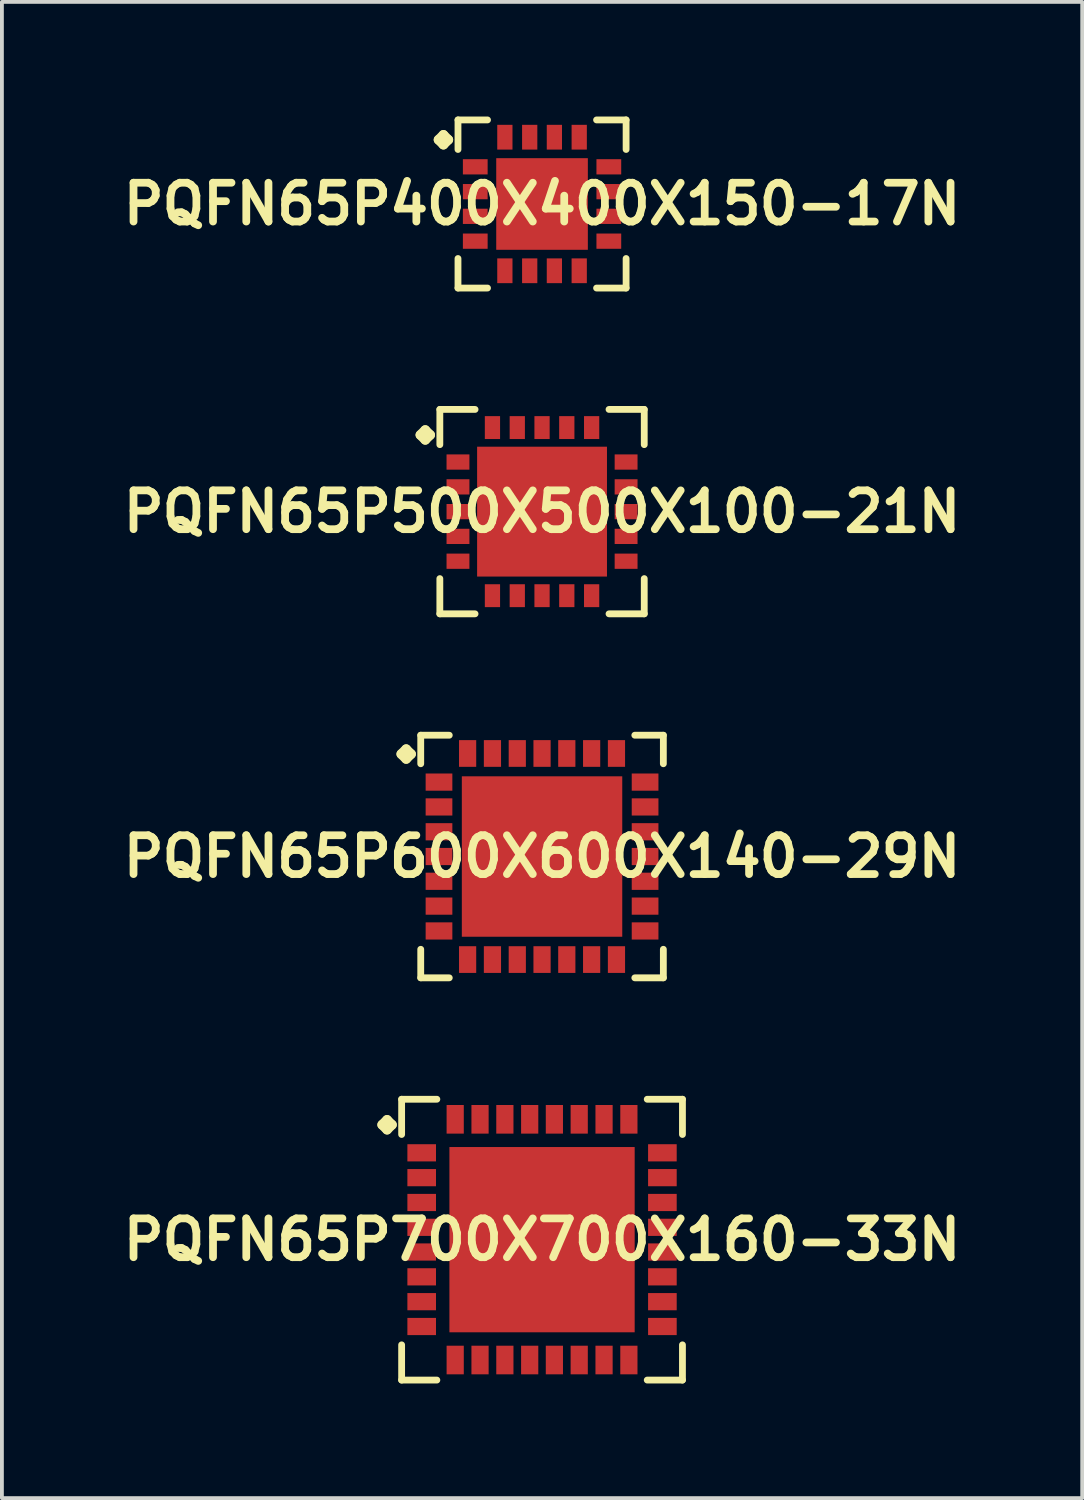
<source format=kicad_pcb>
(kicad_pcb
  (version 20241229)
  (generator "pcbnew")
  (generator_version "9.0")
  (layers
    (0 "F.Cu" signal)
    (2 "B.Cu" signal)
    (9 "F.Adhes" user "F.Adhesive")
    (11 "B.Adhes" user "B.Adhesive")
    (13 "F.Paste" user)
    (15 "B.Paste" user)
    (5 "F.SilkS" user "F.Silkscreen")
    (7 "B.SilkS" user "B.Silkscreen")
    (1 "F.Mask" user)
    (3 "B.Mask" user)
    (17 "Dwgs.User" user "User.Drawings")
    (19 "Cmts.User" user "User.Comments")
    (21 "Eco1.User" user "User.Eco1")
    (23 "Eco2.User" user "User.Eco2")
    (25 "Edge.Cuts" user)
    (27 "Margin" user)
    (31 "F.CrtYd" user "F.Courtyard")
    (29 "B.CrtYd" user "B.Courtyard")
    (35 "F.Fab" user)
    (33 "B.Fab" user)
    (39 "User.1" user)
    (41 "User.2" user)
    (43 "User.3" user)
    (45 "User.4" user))
  (footprint "PQFN65P700X700X160-33N"
    (layer "F.Cu")
    (at 11.137 29.396)
    (property "Reference" "PQFN65P700X700X160-33N" (at 0 0 0) (layer "F.SilkS") (effects (font (size 1.016 1.016) (thickness 0.203))))
    (attr smd)
    (fp_line (start -4.183 -3.007) (end -4.056 -3.134) (stroke (width 0.254) (type solid)) (layer "F.SilkS"))
    (fp_line (start -4.056 -3.134) (end -3.929 -3.007) (stroke (width 0.254) (type solid)) (layer "F.SilkS"))
    (fp_line (start -4.056 -2.88) (end -4.183 -3.007) (stroke (width 0.254) (type solid)) (layer "F.SilkS"))
    (fp_line (start -3.929 -3.007) (end -4.056 -2.88) (stroke (width 0.254) (type solid)) (layer "F.SilkS"))
    (fp_line (start -3.675 -3.675) (end -2.753 -3.675) (stroke (width 0.178) (type solid)) (layer "F.SilkS"))
    (fp_line (start -3.675 -2.753) (end -3.675 -3.675) (stroke (width 0.178) (type solid)) (layer "F.SilkS"))
    (fp_line (start -3.675 2.753) (end -3.675 3.675) (stroke (width 0.178) (type solid)) (layer "F.SilkS"))
    (fp_line (start -3.675 3.675) (end -2.753 3.675) (stroke (width 0.178) (type solid)) (layer "F.SilkS"))
    (fp_line (start 2.753 -3.675) (end 3.675 -3.675) (stroke (width 0.178) (type solid)) (layer "F.SilkS"))
    (fp_line (start 2.753 3.675) (end 3.675 3.675) (stroke (width 0.178) (type solid)) (layer "F.SilkS"))
    (fp_line (start 3.675 -3.675) (end 3.675 -2.753) (stroke (width 0.178) (type solid)) (layer "F.SilkS"))
    (fp_line (start 3.675 3.675) (end 3.675 2.753) (stroke (width 0.178) (type solid)) (layer "F.SilkS"))
    (pad "1" smd rect (at -3.15 -2.273) (size 0.749 0.45) (layers "F.Cu" "F.Mask" "F.Paste"))
    (pad "2" smd rect (at -3.15 -1.623) (size 0.749 0.45) (layers "F.Cu" "F.Mask" "F.Paste"))
    (pad "3" smd rect (at -3.15 -0.973) (size 0.749 0.45) (layers "F.Cu" "F.Mask" "F.Paste"))
    (pad "4" smd rect (at -3.15 -0.323) (size 0.749 0.45) (layers "F.Cu" "F.Mask" "F.Paste"))
    (pad "5" smd rect (at -3.15 0.323) (size 0.749 0.45) (layers "F.Cu" "F.Mask" "F.Paste"))
    (pad "6" smd rect (at -3.15 0.973) (size 0.749 0.45) (layers "F.Cu" "F.Mask" "F.Paste"))
    (pad "7" smd rect (at -3.15 1.623) (size 0.749 0.45) (layers "F.Cu" "F.Mask" "F.Paste"))
    (pad "8" smd rect (at -3.15 2.273) (size 0.749 0.45) (layers "F.Cu" "F.Mask" "F.Paste"))
    (pad "9" smd rect (at -2.273 3.15) (size 0.45 0.749) (layers "F.Cu" "F.Mask" "F.Paste"))
    (pad "10" smd rect (at -1.623 3.15) (size 0.45 0.749) (layers "F.Cu" "F.Mask" "F.Paste"))
    (pad "11" smd rect (at -0.973 3.15) (size 0.45 0.749) (layers "F.Cu" "F.Mask" "F.Paste"))
    (pad "12" smd rect (at -0.323 3.15) (size 0.45 0.749) (layers "F.Cu" "F.Mask" "F.Paste"))
    (pad "13" smd rect (at 0.323 3.15) (size 0.45 0.749) (layers "F.Cu" "F.Mask" "F.Paste"))
    (pad "14" smd rect (at 0.973 3.15) (size 0.45 0.749) (layers "F.Cu" "F.Mask" "F.Paste"))
    (pad "15" smd rect (at 1.623 3.15) (size 0.45 0.749) (layers "F.Cu" "F.Mask" "F.Paste"))
    (pad "16" smd rect (at 2.273 3.15) (size 0.45 0.749) (layers "F.Cu" "F.Mask" "F.Paste"))
    (pad "17" smd rect (at 3.15 2.273) (size 0.749 0.45) (layers "F.Cu" "F.Mask" "F.Paste"))
    (pad "18" smd rect (at 3.15 1.623) (size 0.749 0.45) (layers "F.Cu" "F.Mask" "F.Paste"))
    (pad "19" smd rect (at 3.15 0.973) (size 0.749 0.45) (layers "F.Cu" "F.Mask" "F.Paste"))
    (pad "20" smd rect (at 3.15 0.323) (size 0.749 0.45) (layers "F.Cu" "F.Mask" "F.Paste"))
    (pad "21" smd rect (at 3.15 -0.323) (size 0.749 0.45) (layers "F.Cu" "F.Mask" "F.Paste"))
    (pad "22" smd rect (at 3.15 -0.973) (size 0.749 0.45) (layers "F.Cu" "F.Mask" "F.Paste"))
    (pad "23" smd rect (at 3.15 -1.623) (size 0.749 0.45) (layers "F.Cu" "F.Mask" "F.Paste"))
    (pad "24" smd rect (at 3.15 -2.273) (size 0.749 0.45) (layers "F.Cu" "F.Mask" "F.Paste"))
    (pad "25" smd rect (at 2.273 -3.15) (size 0.45 0.749) (layers "F.Cu" "F.Mask" "F.Paste"))
    (pad "26" smd rect (at 1.623 -3.15) (size 0.45 0.749) (layers "F.Cu" "F.Mask" "F.Paste"))
    (pad "27" smd rect (at 0.973 -3.15) (size 0.45 0.749) (layers "F.Cu" "F.Mask" "F.Paste"))
    (pad "28" smd rect (at 0.323 -3.15) (size 0.45 0.749) (layers "F.Cu" "F.Mask" "F.Paste"))
    (pad "29" smd rect (at -0.323 -3.15) (size 0.45 0.749) (layers "F.Cu" "F.Mask" "F.Paste"))
    (pad "30" smd rect (at -0.973 -3.15) (size 0.45 0.749) (layers "F.Cu" "F.Mask" "F.Paste"))
    (pad "31" smd rect (at -1.623 -3.15) (size 0.45 0.749) (layers "F.Cu" "F.Mask" "F.Paste"))
    (pad "32" smd rect (at -2.273 -3.15) (size 0.45 0.749) (layers "F.Cu" "F.Mask" "F.Paste"))
    (pad "33" smd rect (at 0 0) (size 4.849 4.849) (layers "F.Cu" "F.Mask" "F.Paste")))
  (footprint "PQFN65P400X400X150-17N"
    (layer "F.Cu")
    (at 11.137 2.289)
    (property "Reference" "PQFN65P400X400X150-17N" (at 0 0 0) (layer "F.SilkS") (effects (font (size 1.016 1.016) (thickness 0.203))))
    (attr smd)
    (fp_line (start -2.708 -1.681) (end -2.581 -1.808) (stroke (width 0.254) (type solid)) (layer "F.SilkS"))
    (fp_line (start -2.581 -1.808) (end -2.454 -1.681) (stroke (width 0.254) (type solid)) (layer "F.SilkS"))
    (fp_line (start -2.581 -1.554) (end -2.708 -1.681) (stroke (width 0.254) (type solid)) (layer "F.SilkS"))
    (fp_line (start -2.454 -1.681) (end -2.581 -1.554) (stroke (width 0.254) (type solid)) (layer "F.SilkS"))
    (fp_line (start -2.2 -2.2) (end -1.427 -2.2) (stroke (width 0.178) (type solid)) (layer "F.SilkS"))
    (fp_line (start -2.2 -1.427) (end -2.2 -2.2) (stroke (width 0.178) (type solid)) (layer "F.SilkS"))
    (fp_line (start -2.2 1.427) (end -2.2 2.2) (stroke (width 0.178) (type solid)) (layer "F.SilkS"))
    (fp_line (start -2.2 2.2) (end -1.427 2.2) (stroke (width 0.178) (type solid)) (layer "F.SilkS"))
    (fp_line (start 1.427 -2.2) (end 2.2 -2.2) (stroke (width 0.178) (type solid)) (layer "F.SilkS"))
    (fp_line (start 1.427 2.2) (end 2.2 2.2) (stroke (width 0.178) (type solid)) (layer "F.SilkS"))
    (fp_line (start 2.2 -2.2) (end 2.2 -1.427) (stroke (width 0.178) (type solid)) (layer "F.SilkS"))
    (fp_line (start 2.2 2.2) (end 2.2 1.427) (stroke (width 0.178) (type solid)) (layer "F.SilkS"))
    (pad "1" smd rect (at -1.748 -0.973) (size 0.648 0.399) (layers "F.Cu" "F.Mask" "F.Paste"))
    (pad "2" smd rect (at -1.748 -0.323) (size 0.648 0.399) (layers "F.Cu" "F.Mask" "F.Paste"))
    (pad "3" smd rect (at -1.748 0.323) (size 0.648 0.399) (layers "F.Cu" "F.Mask" "F.Paste"))
    (pad "4" smd rect (at -1.748 0.973) (size 0.648 0.399) (layers "F.Cu" "F.Mask" "F.Paste"))
    (pad "5" smd rect (at -0.973 1.748) (size 0.399 0.648) (layers "F.Cu" "F.Mask" "F.Paste"))
    (pad "6" smd rect (at -0.323 1.748) (size 0.399 0.648) (layers "F.Cu" "F.Mask" "F.Paste"))
    (pad "7" smd rect (at 0.323 1.748) (size 0.399 0.648) (layers "F.Cu" "F.Mask" "F.Paste"))
    (pad "8" smd rect (at 0.973 1.748) (size 0.399 0.648) (layers "F.Cu" "F.Mask" "F.Paste"))
    (pad "9" smd rect (at 1.748 0.973) (size 0.648 0.399) (layers "F.Cu" "F.Mask" "F.Paste"))
    (pad "10" smd rect (at 1.748 0.323) (size 0.648 0.399) (layers "F.Cu" "F.Mask" "F.Paste"))
    (pad "11" smd rect (at 1.748 -0.323) (size 0.648 0.399) (layers "F.Cu" "F.Mask" "F.Paste"))
    (pad "12" smd rect (at 1.748 -0.973) (size 0.648 0.399) (layers "F.Cu" "F.Mask" "F.Paste"))
    (pad "13" smd rect (at 0.973 -1.748) (size 0.399 0.648) (layers "F.Cu" "F.Mask" "F.Paste"))
    (pad "14" smd rect (at 0.323 -1.748) (size 0.399 0.648) (layers "F.Cu" "F.Mask" "F.Paste"))
    (pad "15" smd rect (at -0.323 -1.748) (size 0.399 0.648) (layers "F.Cu" "F.Mask" "F.Paste"))
    (pad "16" smd rect (at -0.973 -1.748) (size 0.399 0.648) (layers "F.Cu" "F.Mask" "F.Paste"))
    (pad "17" smd rect (at 0 0) (size 2.398 2.398) (layers "F.Cu" "F.Mask" "F.Paste")))
  (footprint "PQFN65P500X500X100-21N"
    (layer "F.Cu")
    (at 11.137 10.341)
    (property "Reference" "PQFN65P500X500X100-21N" (at 0 0 0) (layer "F.SilkS") (effects (font (size 1.016 1.016) (thickness 0.203))))
    (attr smd)
    (fp_line (start -3.183 -2.007) (end -3.056 -2.134) (stroke (width 0.254) (type solid)) (layer "F.SilkS"))
    (fp_line (start -3.056 -2.134) (end -2.929 -2.007) (stroke (width 0.254) (type solid)) (layer "F.SilkS"))
    (fp_line (start -3.056 -1.88) (end -3.183 -2.007) (stroke (width 0.254) (type solid)) (layer "F.SilkS"))
    (fp_line (start -2.929 -2.007) (end -3.056 -1.88) (stroke (width 0.254) (type solid)) (layer "F.SilkS"))
    (fp_line (start -2.675 -2.675) (end -1.753 -2.675) (stroke (width 0.178) (type solid)) (layer "F.SilkS"))
    (fp_line (start -2.675 -1.753) (end -2.675 -2.675) (stroke (width 0.178) (type solid)) (layer "F.SilkS"))
    (fp_line (start -2.675 1.753) (end -2.675 2.675) (stroke (width 0.178) (type solid)) (layer "F.SilkS"))
    (fp_line (start -2.675 2.675) (end -1.753 2.675) (stroke (width 0.178) (type solid)) (layer "F.SilkS"))
    (fp_line (start 1.753 -2.675) (end 2.675 -2.675) (stroke (width 0.178) (type solid)) (layer "F.SilkS"))
    (fp_line (start 1.753 2.675) (end 2.675 2.675) (stroke (width 0.178) (type solid)) (layer "F.SilkS"))
    (fp_line (start 2.675 -2.675) (end 2.675 -1.753) (stroke (width 0.178) (type solid)) (layer "F.SilkS"))
    (fp_line (start 2.675 2.675) (end 2.675 1.753) (stroke (width 0.178) (type solid)) (layer "F.SilkS"))
    (pad "1" smd rect (at -2.2 -1.298) (size 0.599 0.399) (layers "F.Cu" "F.Mask" "F.Paste"))
    (pad "2" smd rect (at -2.2 -0.648) (size 0.599 0.399) (layers "F.Cu" "F.Mask" "F.Paste"))
    (pad "3" smd rect (at -2.2 0) (size 0.599 0.399) (layers "F.Cu" "F.Mask" "F.Paste"))
    (pad "4" smd rect (at -2.2 0.648) (size 0.599 0.399) (layers "F.Cu" "F.Mask" "F.Paste"))
    (pad "5" smd rect (at -2.2 1.298) (size 0.599 0.399) (layers "F.Cu" "F.Mask" "F.Paste"))
    (pad "6" smd rect (at -1.298 2.2) (size 0.399 0.599) (layers "F.Cu" "F.Mask" "F.Paste"))
    (pad "7" smd rect (at -0.648 2.2) (size 0.399 0.599) (layers "F.Cu" "F.Mask" "F.Paste"))
    (pad "8" smd rect (at 0 2.2) (size 0.399 0.599) (layers "F.Cu" "F.Mask" "F.Paste"))
    (pad "9" smd rect (at 0.648 2.2) (size 0.399 0.599) (layers "F.Cu" "F.Mask" "F.Paste"))
    (pad "10" smd rect (at 1.298 2.2) (size 0.399 0.599) (layers "F.Cu" "F.Mask" "F.Paste"))
    (pad "11" smd rect (at 2.2 1.298) (size 0.599 0.399) (layers "F.Cu" "F.Mask" "F.Paste"))
    (pad "12" smd rect (at 2.2 0.648) (size 0.599 0.399) (layers "F.Cu" "F.Mask" "F.Paste"))
    (pad "13" smd rect (at 2.2 0) (size 0.599 0.399) (layers "F.Cu" "F.Mask" "F.Paste"))
    (pad "14" smd rect (at 2.2 -0.648) (size 0.599 0.399) (layers "F.Cu" "F.Mask" "F.Paste"))
    (pad "15" smd rect (at 2.2 -1.298) (size 0.599 0.399) (layers "F.Cu" "F.Mask" "F.Paste"))
    (pad "16" smd rect (at 1.298 -2.2) (size 0.399 0.599) (layers "F.Cu" "F.Mask" "F.Paste"))
    (pad "17" smd rect (at 0.648 -2.2) (size 0.399 0.599) (layers "F.Cu" "F.Mask" "F.Paste"))
    (pad "18" smd rect (at 0 -2.2) (size 0.399 0.599) (layers "F.Cu" "F.Mask" "F.Paste"))
    (pad "19" smd rect (at -0.648 -2.2) (size 0.399 0.599) (layers "F.Cu" "F.Mask" "F.Paste"))
    (pad "20" smd rect (at -1.298 -2.2) (size 0.399 0.599) (layers "F.Cu" "F.Mask" "F.Paste"))
    (pad "21" smd rect (at 0 0) (size 3.399 3.399) (layers "F.Cu" "F.Mask" "F.Paste")))
  (footprint "PQFN65P600X600X140-29N"
    (layer "F.Cu")
    (at 11.137 19.368)
    (property "Reference" "PQFN65P600X600X140-29N" (at 0 0 0) (layer "F.SilkS") (effects (font (size 1.016 1.016) (thickness 0.203))))
    (attr smd)
    (fp_line (start -3.683 -2.682) (end -3.556 -2.809) (stroke (width 0.254) (type solid)) (layer "F.SilkS"))
    (fp_line (start -3.556 -2.809) (end -3.429 -2.682) (stroke (width 0.254) (type solid)) (layer "F.SilkS"))
    (fp_line (start -3.556 -2.555) (end -3.683 -2.682) (stroke (width 0.254) (type solid)) (layer "F.SilkS"))
    (fp_line (start -3.429 -2.682) (end -3.556 -2.555) (stroke (width 0.254) (type solid)) (layer "F.SilkS"))
    (fp_line (start -3.175 -3.175) (end -2.428 -3.175) (stroke (width 0.178) (type solid)) (layer "F.SilkS"))
    (fp_line (start -3.175 -2.428) (end -3.175 -3.175) (stroke (width 0.178) (type solid)) (layer "F.SilkS"))
    (fp_line (start -3.175 2.428) (end -3.175 3.175) (stroke (width 0.178) (type solid)) (layer "F.SilkS"))
    (fp_line (start -3.175 3.175) (end -2.428 3.175) (stroke (width 0.178) (type solid)) (layer "F.SilkS"))
    (fp_line (start 2.428 -3.175) (end 3.175 -3.175) (stroke (width 0.178) (type solid)) (layer "F.SilkS"))
    (fp_line (start 2.428 3.175) (end 3.175 3.175) (stroke (width 0.178) (type solid)) (layer "F.SilkS"))
    (fp_line (start 3.175 -3.175) (end 3.175 -2.428) (stroke (width 0.178) (type solid)) (layer "F.SilkS"))
    (fp_line (start 3.175 3.175) (end 3.175 2.428) (stroke (width 0.178) (type solid)) (layer "F.SilkS"))
    (pad "1" smd rect (at -2.697 -1.948) (size 0.699 0.45) (layers "F.Cu" "F.Mask" "F.Paste"))
    (pad "2" smd rect (at -2.697 -1.298) (size 0.699 0.45) (layers "F.Cu" "F.Mask" "F.Paste"))
    (pad "3" smd rect (at -2.697 -0.648) (size 0.699 0.45) (layers "F.Cu" "F.Mask" "F.Paste"))
    (pad "4" smd rect (at -2.697 0) (size 0.699 0.45) (layers "F.Cu" "F.Mask" "F.Paste"))
    (pad "5" smd rect (at -2.697 0.648) (size 0.699 0.45) (layers "F.Cu" "F.Mask" "F.Paste"))
    (pad "6" smd rect (at -2.697 1.298) (size 0.699 0.45) (layers "F.Cu" "F.Mask" "F.Paste"))
    (pad "7" smd rect (at -2.697 1.948) (size 0.699 0.45) (layers "F.Cu" "F.Mask" "F.Paste"))
    (pad "8" smd rect (at -1.948 2.697) (size 0.45 0.699) (layers "F.Cu" "F.Mask" "F.Paste"))
    (pad "9" smd rect (at -1.298 2.697) (size 0.45 0.699) (layers "F.Cu" "F.Mask" "F.Paste"))
    (pad "10" smd rect (at -0.648 2.697) (size 0.45 0.699) (layers "F.Cu" "F.Mask" "F.Paste"))
    (pad "11" smd rect (at 0 2.697) (size 0.45 0.699) (layers "F.Cu" "F.Mask" "F.Paste"))
    (pad "12" smd rect (at 0.648 2.697) (size 0.45 0.699) (layers "F.Cu" "F.Mask" "F.Paste"))
    (pad "13" smd rect (at 1.298 2.697) (size 0.45 0.699) (layers "F.Cu" "F.Mask" "F.Paste"))
    (pad "14" smd rect (at 1.948 2.697) (size 0.45 0.699) (layers "F.Cu" "F.Mask" "F.Paste"))
    (pad "15" smd rect (at 2.697 1.948) (size 0.699 0.45) (layers "F.Cu" "F.Mask" "F.Paste"))
    (pad "16" smd rect (at 2.697 1.298) (size 0.699 0.45) (layers "F.Cu" "F.Mask" "F.Paste"))
    (pad "17" smd rect (at 2.697 0.648) (size 0.699 0.45) (layers "F.Cu" "F.Mask" "F.Paste"))
    (pad "18" smd rect (at 2.697 0) (size 0.699 0.45) (layers "F.Cu" "F.Mask" "F.Paste"))
    (pad "19" smd rect (at 2.697 -0.648) (size 0.699 0.45) (layers "F.Cu" "F.Mask" "F.Paste"))
    (pad "20" smd rect (at 2.697 -1.298) (size 0.699 0.45) (layers "F.Cu" "F.Mask" "F.Paste"))
    (pad "21" smd rect (at 2.697 -1.948) (size 0.699 0.45) (layers "F.Cu" "F.Mask" "F.Paste"))
    (pad "22" smd rect (at 1.948 -2.697) (size 0.45 0.699) (layers "F.Cu" "F.Mask" "F.Paste"))
    (pad "23" smd rect (at 1.298 -2.697) (size 0.45 0.699) (layers "F.Cu" "F.Mask" "F.Paste"))
    (pad "24" smd rect (at 0.648 -2.697) (size 0.45 0.699) (layers "F.Cu" "F.Mask" "F.Paste"))
    (pad "25" smd rect (at 0 -2.697) (size 0.45 0.699) (layers "F.Cu" "F.Mask" "F.Paste"))
    (pad "26" smd rect (at -0.648 -2.697) (size 0.45 0.699) (layers "F.Cu" "F.Mask" "F.Paste"))
    (pad "27" smd rect (at -1.298 -2.697) (size 0.45 0.699) (layers "F.Cu" "F.Mask" "F.Paste"))
    (pad "28" smd rect (at -1.948 -2.697) (size 0.45 0.699) (layers "F.Cu" "F.Mask" "F.Paste"))
    (pad "29" smd rect (at 0 0) (size 4.199 4.199) (layers "F.Cu" "F.Mask" "F.Paste")))
  (gr_rect
    (start -3 -3)
    (end 25.275 36.16)
    (stroke (width 0.1) (type default))
    (fill no)
    (layer "Edge.Cuts")))
</source>
